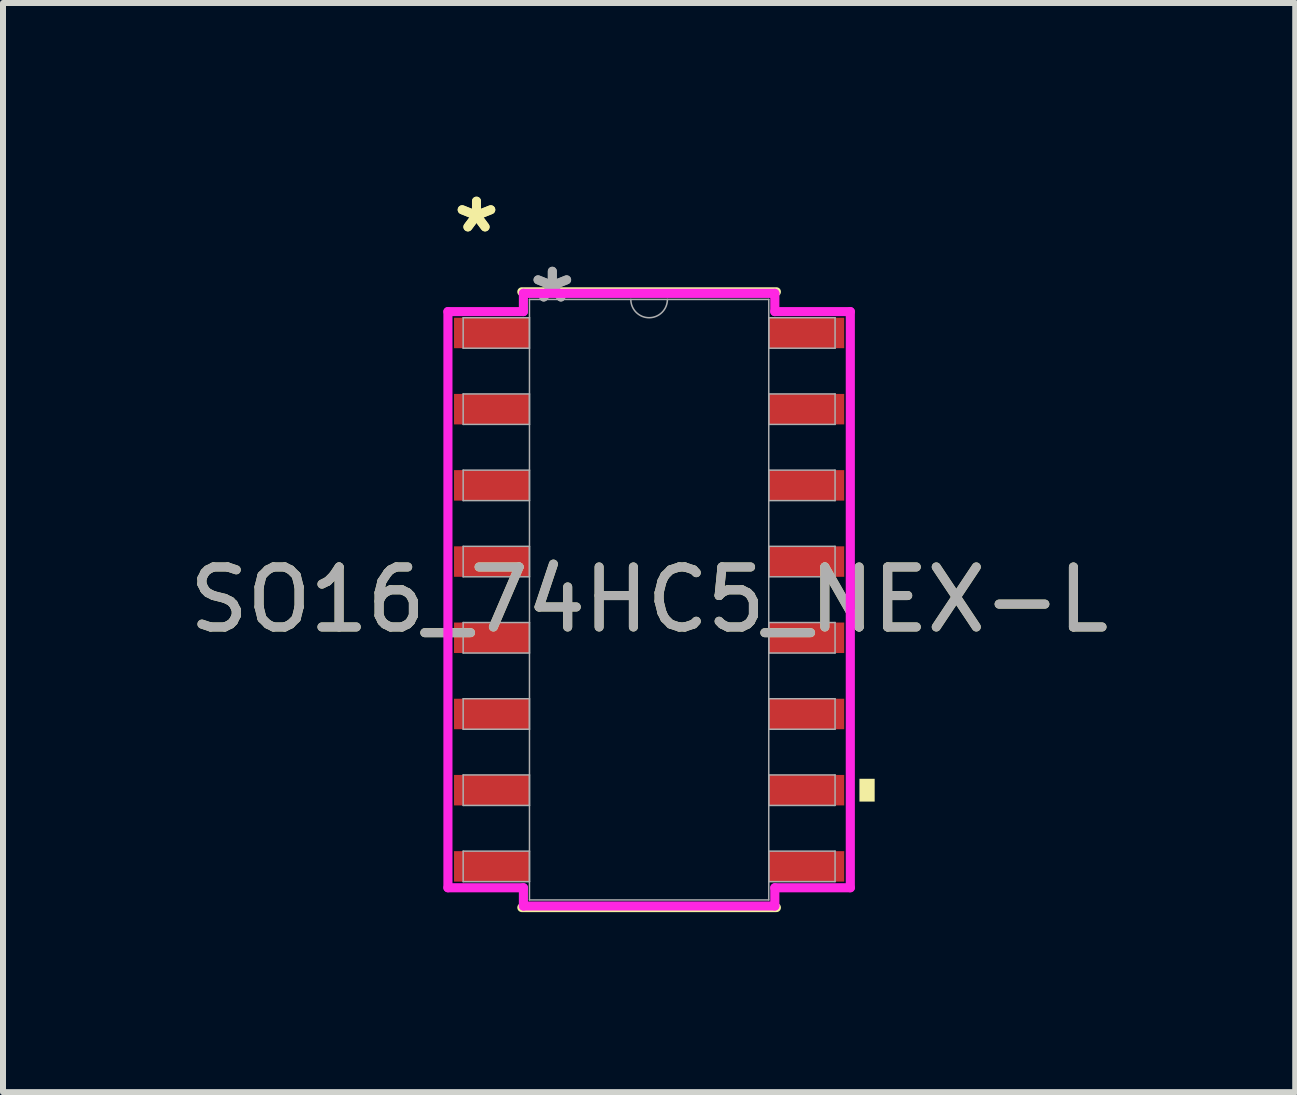
<source format=kicad_pcb>
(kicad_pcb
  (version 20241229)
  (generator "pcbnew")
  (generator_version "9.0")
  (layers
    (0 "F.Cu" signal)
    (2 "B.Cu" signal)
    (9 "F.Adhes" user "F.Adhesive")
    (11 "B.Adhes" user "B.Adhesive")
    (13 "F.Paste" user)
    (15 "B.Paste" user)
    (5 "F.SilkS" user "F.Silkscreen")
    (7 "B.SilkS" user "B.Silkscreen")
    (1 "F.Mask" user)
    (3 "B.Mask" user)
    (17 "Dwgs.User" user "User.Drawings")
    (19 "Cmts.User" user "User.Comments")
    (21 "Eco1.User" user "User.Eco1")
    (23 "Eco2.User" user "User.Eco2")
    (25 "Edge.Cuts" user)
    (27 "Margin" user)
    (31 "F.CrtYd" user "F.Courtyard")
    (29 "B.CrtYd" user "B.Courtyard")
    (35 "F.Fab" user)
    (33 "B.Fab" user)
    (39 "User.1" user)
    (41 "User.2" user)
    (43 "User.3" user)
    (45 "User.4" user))
  (footprint "SO16_74HC5_NEX-L"
    (layer "F.Cu")
    (at 7.768 6.944)
    (property "Reference" "SO16_74HC5_NEX-L" (at 0 0 0) (unlocked yes) (layer "F.SilkS") (effects (font (size 1 1) (thickness 0.15))))
    (attr smd)
    (fp_line (start -2.121 5.131) (end 2.121 5.131) (stroke (width 0.152) (type solid)) (layer "F.SilkS"))
    (fp_line (start 2.121 -5.131) (end -2.121 -5.131) (stroke (width 0.152) (type solid)) (layer "F.SilkS"))
    (fp_poly (pts (xy 3.759 2.985) (xy 3.759 3.365) (xy 3.505 3.365) (xy 3.505 2.985)) (stroke (width 0) (type solid)) (fill yes) (layer "F.SilkS"))
    (fp_line (start -3.353 -4.801) (end -2.095 -4.801) (stroke (width 0.152) (type solid)) (layer "F.CrtYd"))
    (fp_line (start -3.353 4.801) (end -3.353 -4.801) (stroke (width 0.152) (type solid)) (layer "F.CrtYd"))
    (fp_line (start -3.353 4.801) (end -2.095 4.801) (stroke (width 0.152) (type solid)) (layer "F.CrtYd"))
    (fp_line (start -2.095 -5.105) (end 2.095 -5.105) (stroke (width 0.152) (type solid)) (layer "F.CrtYd"))
    (fp_line (start -2.095 -4.801) (end -2.095 -5.105) (stroke (width 0.152) (type solid)) (layer "F.CrtYd"))
    (fp_line (start -2.095 5.105) (end -2.095 4.801) (stroke (width 0.152) (type solid)) (layer "F.CrtYd"))
    (fp_line (start 2.095 -5.105) (end 2.095 -4.801) (stroke (width 0.152) (type solid)) (layer "F.CrtYd"))
    (fp_line (start 2.095 4.801) (end 2.095 5.105) (stroke (width 0.152) (type solid)) (layer "F.CrtYd"))
    (fp_line (start 2.095 5.105) (end -2.095 5.105) (stroke (width 0.152) (type solid)) (layer "F.CrtYd"))
    (fp_line (start 3.353 -4.801) (end 2.095 -4.801) (stroke (width 0.152) (type solid)) (layer "F.CrtYd"))
    (fp_line (start 3.353 -4.801) (end 3.353 4.801) (stroke (width 0.152) (type solid)) (layer "F.CrtYd"))
    (fp_line (start 3.353 4.801) (end 2.095 4.801) (stroke (width 0.152) (type solid)) (layer "F.CrtYd"))
    (fp_line (start -3.099 -4.699) (end -3.099 -4.191) (stroke (width 0.025) (type solid)) (layer "F.Fab"))
    (fp_line (start -3.099 -4.191) (end -1.994 -4.191) (stroke (width 0.025) (type solid)) (layer "F.Fab"))
    (fp_line (start -3.099 -3.429) (end -3.099 -2.921) (stroke (width 0.025) (type solid)) (layer "F.Fab"))
    (fp_line (start -3.099 -2.921) (end -1.994 -2.921) (stroke (width 0.025) (type solid)) (layer "F.Fab"))
    (fp_line (start -3.099 -2.159) (end -3.099 -1.651) (stroke (width 0.025) (type solid)) (layer "F.Fab"))
    (fp_line (start -3.099 -1.651) (end -1.994 -1.651) (stroke (width 0.025) (type solid)) (layer "F.Fab"))
    (fp_line (start -3.099 -0.889) (end -3.099 -0.381) (stroke (width 0.025) (type solid)) (layer "F.Fab"))
    (fp_line (start -3.099 -0.381) (end -1.994 -0.381) (stroke (width 0.025) (type solid)) (layer "F.Fab"))
    (fp_line (start -3.099 0.381) (end -3.099 0.889) (stroke (width 0.025) (type solid)) (layer "F.Fab"))
    (fp_line (start -3.099 0.889) (end -1.994 0.889) (stroke (width 0.025) (type solid)) (layer "F.Fab"))
    (fp_line (start -3.099 1.651) (end -3.099 2.159) (stroke (width 0.025) (type solid)) (layer "F.Fab"))
    (fp_line (start -3.099 2.159) (end -1.994 2.159) (stroke (width 0.025) (type solid)) (layer "F.Fab"))
    (fp_line (start -3.099 2.921) (end -3.099 3.429) (stroke (width 0.025) (type solid)) (layer "F.Fab"))
    (fp_line (start -3.099 3.429) (end -1.994 3.429) (stroke (width 0.025) (type solid)) (layer "F.Fab"))
    (fp_line (start -3.099 4.191) (end -3.099 4.699) (stroke (width 0.025) (type solid)) (layer "F.Fab"))
    (fp_line (start -3.099 4.699) (end -1.994 4.699) (stroke (width 0.025) (type solid)) (layer "F.Fab"))
    (fp_line (start -1.994 -5.004) (end -1.994 5.004) (stroke (width 0.025) (type solid)) (layer "F.Fab"))
    (fp_line (start -1.994 -4.699) (end -3.099 -4.699) (stroke (width 0.025) (type solid)) (layer "F.Fab"))
    (fp_line (start -1.994 -4.191) (end -1.994 -4.699) (stroke (width 0.025) (type solid)) (layer "F.Fab"))
    (fp_line (start -1.994 -3.429) (end -3.099 -3.429) (stroke (width 0.025) (type solid)) (layer "F.Fab"))
    (fp_line (start -1.994 -2.921) (end -1.994 -3.429) (stroke (width 0.025) (type solid)) (layer "F.Fab"))
    (fp_line (start -1.994 -2.159) (end -3.099 -2.159) (stroke (width 0.025) (type solid)) (layer "F.Fab"))
    (fp_line (start -1.994 -1.651) (end -1.994 -2.159) (stroke (width 0.025) (type solid)) (layer "F.Fab"))
    (fp_line (start -1.994 -0.889) (end -3.099 -0.889) (stroke (width 0.025) (type solid)) (layer "F.Fab"))
    (fp_line (start -1.994 -0.381) (end -1.994 -0.889) (stroke (width 0.025) (type solid)) (layer "F.Fab"))
    (fp_line (start -1.994 0.381) (end -3.099 0.381) (stroke (width 0.025) (type solid)) (layer "F.Fab"))
    (fp_line (start -1.994 0.889) (end -1.994 0.381) (stroke (width 0.025) (type solid)) (layer "F.Fab"))
    (fp_line (start -1.994 1.651) (end -3.099 1.651) (stroke (width 0.025) (type solid)) (layer "F.Fab"))
    (fp_line (start -1.994 2.159) (end -1.994 1.651) (stroke (width 0.025) (type solid)) (layer "F.Fab"))
    (fp_line (start -1.994 2.921) (end -3.099 2.921) (stroke (width 0.025) (type solid)) (layer "F.Fab"))
    (fp_line (start -1.994 3.429) (end -1.994 2.921) (stroke (width 0.025) (type solid)) (layer "F.Fab"))
    (fp_line (start -1.994 4.191) (end -3.099 4.191) (stroke (width 0.025) (type solid)) (layer "F.Fab"))
    (fp_line (start -1.994 4.699) (end -1.994 4.191) (stroke (width 0.025) (type solid)) (layer "F.Fab"))
    (fp_line (start -1.994 5.004) (end 1.994 5.004) (stroke (width 0.025) (type solid)) (layer "F.Fab"))
    (fp_line (start 1.994 -5.004) (end -1.994 -5.004) (stroke (width 0.025) (type solid)) (layer "F.Fab"))
    (fp_line (start 1.994 -4.699) (end 1.994 -4.191) (stroke (width 0.025) (type solid)) (layer "F.Fab"))
    (fp_line (start 1.994 -4.191) (end 3.099 -4.191) (stroke (width 0.025) (type solid)) (layer "F.Fab"))
    (fp_line (start 1.994 -3.429) (end 1.994 -2.921) (stroke (width 0.025) (type solid)) (layer "F.Fab"))
    (fp_line (start 1.994 -2.921) (end 3.099 -2.921) (stroke (width 0.025) (type solid)) (layer "F.Fab"))
    (fp_line (start 1.994 -2.159) (end 1.994 -1.651) (stroke (width 0.025) (type solid)) (layer "F.Fab"))
    (fp_line (start 1.994 -1.651) (end 3.099 -1.651) (stroke (width 0.025) (type solid)) (layer "F.Fab"))
    (fp_line (start 1.994 -0.889) (end 1.994 -0.381) (stroke (width 0.025) (type solid)) (layer "F.Fab"))
    (fp_line (start 1.994 -0.381) (end 3.099 -0.381) (stroke (width 0.025) (type solid)) (layer "F.Fab"))
    (fp_line (start 1.994 0.381) (end 1.994 0.889) (stroke (width 0.025) (type solid)) (layer "F.Fab"))
    (fp_line (start 1.994 0.889) (end 3.099 0.889) (stroke (width 0.025) (type solid)) (layer "F.Fab"))
    (fp_line (start 1.994 1.651) (end 1.994 2.159) (stroke (width 0.025) (type solid)) (layer "F.Fab"))
    (fp_line (start 1.994 2.159) (end 3.099 2.159) (stroke (width 0.025) (type solid)) (layer "F.Fab"))
    (fp_line (start 1.994 2.921) (end 1.994 3.429) (stroke (width 0.025) (type solid)) (layer "F.Fab"))
    (fp_line (start 1.994 3.429) (end 3.099 3.429) (stroke (width 0.025) (type solid)) (layer "F.Fab"))
    (fp_line (start 1.994 4.191) (end 1.994 4.699) (stroke (width 0.025) (type solid)) (layer "F.Fab"))
    (fp_line (start 1.994 4.699) (end 3.099 4.699) (stroke (width 0.025) (type solid)) (layer "F.Fab"))
    (fp_line (start 1.994 5.004) (end 1.994 -5.004) (stroke (width 0.025) (type solid)) (layer "F.Fab"))
    (fp_line (start 3.099 -4.699) (end 1.994 -4.699) (stroke (width 0.025) (type solid)) (layer "F.Fab"))
    (fp_line (start 3.099 -4.191) (end 3.099 -4.699) (stroke (width 0.025) (type solid)) (layer "F.Fab"))
    (fp_line (start 3.099 -3.429) (end 1.994 -3.429) (stroke (width 0.025) (type solid)) (layer "F.Fab"))
    (fp_line (start 3.099 -2.921) (end 3.099 -3.429) (stroke (width 0.025) (type solid)) (layer "F.Fab"))
    (fp_line (start 3.099 -2.159) (end 1.994 -2.159) (stroke (width 0.025) (type solid)) (layer "F.Fab"))
    (fp_line (start 3.099 -1.651) (end 3.099 -2.159) (stroke (width 0.025) (type solid)) (layer "F.Fab"))
    (fp_line (start 3.099 -0.889) (end 1.994 -0.889) (stroke (width 0.025) (type solid)) (layer "F.Fab"))
    (fp_line (start 3.099 -0.381) (end 3.099 -0.889) (stroke (width 0.025) (type solid)) (layer "F.Fab"))
    (fp_line (start 3.099 0.381) (end 1.994 0.381) (stroke (width 0.025) (type solid)) (layer "F.Fab"))
    (fp_line (start 3.099 0.889) (end 3.099 0.381) (stroke (width 0.025) (type solid)) (layer "F.Fab"))
    (fp_line (start 3.099 1.651) (end 1.994 1.651) (stroke (width 0.025) (type solid)) (layer "F.Fab"))
    (fp_line (start 3.099 2.159) (end 3.099 1.651) (stroke (width 0.025) (type solid)) (layer "F.Fab"))
    (fp_line (start 3.099 2.921) (end 1.994 2.921) (stroke (width 0.025) (type solid)) (layer "F.Fab"))
    (fp_line (start 3.099 3.429) (end 3.099 2.921) (stroke (width 0.025) (type solid)) (layer "F.Fab"))
    (fp_line (start 3.099 4.191) (end 1.994 4.191) (stroke (width 0.025) (type solid)) (layer "F.Fab"))
    (fp_line (start 3.099 4.699) (end 3.099 4.191) (stroke (width 0.025) (type solid)) (layer "F.Fab"))
    (fp_arc (start 0.3048 -5.0038) (mid 0 -4.699) (end -0.3048 -5.0038) (stroke (width 0.0254) (type solid)) (layer "F.Fab"))
    (fp_text user "*" (at -2.877 -6.096 0) (layer "F.SilkS") (effects (font (size 1 1) (thickness 0.15))))
    (fp_text user "*" (at -2.877 -6.096 0) (unlocked yes) (layer "F.SilkS") (effects (font (size 1 1) (thickness 0.15))))
    (fp_text user "${REFERENCE}" (at 0 0 0) (unlocked yes) (layer "F.Fab") (effects (font (size 1 1) (thickness 0.15))))
    (fp_text user "*" (at -1.613 -4.928 0) (unlocked yes) (layer "F.Fab") (effects (font (size 1 1) (thickness 0.15))))
    (fp_text user "*" (at -1.613 -4.928 0) (layer "F.Fab") (effects (font (size 1 1) (thickness 0.15))))
    (pad "1" smd rect (at -2.623 -4.445) (size 1.257 0.508) (layers "F.Cu" "F.Mask" "F.Paste"))
    (pad "2" smd rect (at -2.623 -3.175) (size 1.257 0.508) (layers "F.Cu" "F.Mask" "F.Paste"))
    (pad "3" smd rect (at -2.623 -1.905) (size 1.257 0.508) (layers "F.Cu" "F.Mask" "F.Paste"))
    (pad "4" smd rect (at -2.623 -0.635) (size 1.257 0.508) (layers "F.Cu" "F.Mask" "F.Paste"))
    (pad "5" smd rect (at -2.623 0.635) (size 1.257 0.508) (layers "F.Cu" "F.Mask" "F.Paste"))
    (pad "6" smd rect (at -2.623 1.905) (size 1.257 0.508) (layers "F.Cu" "F.Mask" "F.Paste"))
    (pad "7" smd rect (at -2.623 3.175) (size 1.257 0.508) (layers "F.Cu" "F.Mask" "F.Paste"))
    (pad "8" smd rect (at -2.623 4.445) (size 1.257 0.508) (layers "F.Cu" "F.Mask" "F.Paste"))
    (pad "9" smd rect (at 2.623 4.445) (size 1.257 0.508) (layers "F.Cu" "F.Mask" "F.Paste"))
    (pad "10" smd rect (at 2.623 3.175) (size 1.257 0.508) (layers "F.Cu" "F.Mask" "F.Paste"))
    (pad "11" smd rect (at 2.623 1.905) (size 1.257 0.508) (layers "F.Cu" "F.Mask" "F.Paste"))
    (pad "12" smd rect (at 2.623 0.635) (size 1.257 0.508) (layers "F.Cu" "F.Mask" "F.Paste"))
    (pad "13" smd rect (at 2.623 -0.635) (size 1.257 0.508) (layers "F.Cu" "F.Mask" "F.Paste"))
    (pad "14" smd rect (at 2.623 -1.905) (size 1.257 0.508) (layers "F.Cu" "F.Mask" "F.Paste"))
    (pad "15" smd rect (at 2.623 -3.175) (size 1.257 0.508) (layers "F.Cu" "F.Mask" "F.Paste"))
    (pad "16" smd rect (at 2.623 -4.445) (size 1.257 0.508) (layers "F.Cu" "F.Mask" "F.Paste")))
  (gr_rect
    (start -3 -3)
    (end 18.536 15.151)
    (stroke (width 0.1) (type default))
    (fill no)
    (layer "Edge.Cuts")))
</source>
